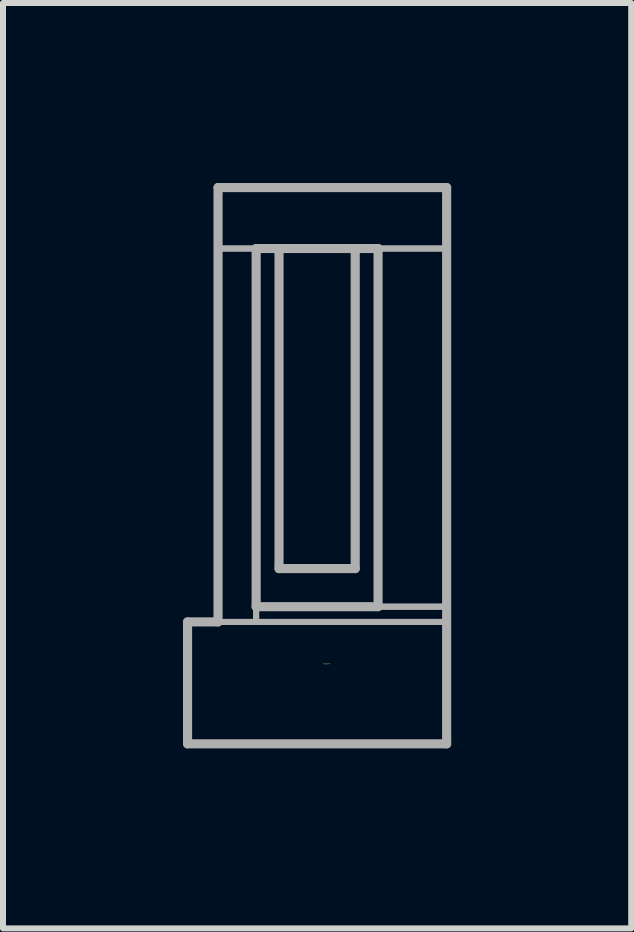
<source format=kicad_pcb>
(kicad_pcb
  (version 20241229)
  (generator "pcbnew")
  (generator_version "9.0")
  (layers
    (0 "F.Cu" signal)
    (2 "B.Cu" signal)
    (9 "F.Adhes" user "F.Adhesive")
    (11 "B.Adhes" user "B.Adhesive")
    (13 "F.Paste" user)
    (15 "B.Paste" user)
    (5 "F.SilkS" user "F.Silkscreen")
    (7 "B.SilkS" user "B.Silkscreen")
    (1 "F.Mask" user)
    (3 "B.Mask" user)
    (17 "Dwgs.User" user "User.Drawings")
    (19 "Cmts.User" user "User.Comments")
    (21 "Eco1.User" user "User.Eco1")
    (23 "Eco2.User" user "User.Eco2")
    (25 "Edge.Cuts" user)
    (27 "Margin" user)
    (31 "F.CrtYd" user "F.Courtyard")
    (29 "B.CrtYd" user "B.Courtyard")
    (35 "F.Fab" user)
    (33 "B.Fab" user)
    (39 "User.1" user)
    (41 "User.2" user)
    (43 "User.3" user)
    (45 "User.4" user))
  (footprint "footprint"
    (layer "F.Cu")
    (at 2.235 4.521)
    (property "Reference" "footprint" (at 0.1 3.5 0) (layer "F.SilkS") (effects (font (size 0.018 0.018) (thickness 0.002)) (justify left bottom)))
    (fp_line (start -2.159 2.794) (end -2.159 4.826) (stroke (width 0.152) (type solid)) (layer "F.Fab"))
    (fp_line (start -2.159 4.826) (end 2.159 4.826) (stroke (width 0.152) (type solid)) (layer "F.Fab"))
    (fp_line (start -1.651 -4.445) (end -1.651 2.794) (stroke (width 0.152) (type solid)) (layer "F.Fab"))
    (fp_line (start -1.651 2.794) (end -2.159 2.794) (stroke (width 0.152) (type solid)) (layer "F.Fab"))
    (fp_line (start -1.016 -3.429) (end -1.016 2.54) (stroke (width 0.152) (type solid)) (layer "F.Fab"))
    (fp_line (start -1.016 2.54) (end 1.016 2.54) (stroke (width 0.152) (type solid)) (layer "F.Fab"))
    (fp_line (start -0.635 -3.429) (end -1.016 -3.429) (stroke (width 0.152) (type solid)) (layer "F.Fab"))
    (fp_line (start -0.635 -3.429) (end -0.635 1.905) (stroke (width 0.152) (type solid)) (layer "F.Fab"))
    (fp_line (start -0.635 1.905) (end 0.635 1.905) (stroke (width 0.152) (type solid)) (layer "F.Fab"))
    (fp_line (start 0.635 -3.429) (end -0.635 -3.429) (stroke (width 0.152) (type solid)) (layer "F.Fab"))
    (fp_line (start 0.635 1.905) (end 0.635 -3.429) (stroke (width 0.152) (type solid)) (layer "F.Fab"))
    (fp_line (start 1.016 -3.429) (end 0.635 -3.429) (stroke (width 0.152) (type solid)) (layer "F.Fab"))
    (fp_line (start 1.016 2.54) (end 1.016 -3.429) (stroke (width 0.152) (type solid)) (layer "F.Fab"))
    (fp_line (start 2.159 -4.445) (end -1.651 -4.445) (stroke (width 0.152) (type solid)) (layer "F.Fab"))
    (fp_line (start 2.159 4.826) (end 2.159 -4.445) (stroke (width 0.152) (type solid)) (layer "F.Fab"))
    (fp_poly (pts (xy -2.159 4.826) (xy 2.159 4.826) (xy 2.159 2.794) (xy -2.159 2.794)) (stroke (width 0.1) (type solid)) (fill no) (layer "F.Fab"))
    (fp_poly (pts (xy -1.651 -3.429) (xy 2.159 -3.429) (xy 2.159 -4.445) (xy -1.651 -4.445)) (stroke (width 0.1) (type solid)) (fill no) (layer "F.Fab"))
    (fp_poly (pts (xy -1.651 2.794) (xy -1.016 2.794) (xy -1.016 -3.429) (xy -1.651 -3.429)) (stroke (width 0.1) (type solid)) (fill no) (layer "F.Fab"))
    (fp_poly (pts (xy -1.016 2.794) (xy 2.159 2.794) (xy 2.159 2.54) (xy -1.016 2.54)) (stroke (width 0.1) (type solid)) (fill no) (layer "F.Fab"))
    (fp_poly (pts (xy -0.635 1.905) (xy 0.635 1.905) (xy 0.635 -3.429) (xy -0.635 -3.429)) (stroke (width 0.1) (type solid)) (fill no) (layer "F.Fab"))
    (fp_poly (pts (xy 1.016 2.54) (xy 2.159 2.54) (xy 2.159 -3.429) (xy 1.016 -3.429)) (stroke (width 0.1) (type solid)) (fill no) (layer "F.Fab")))
  (gr_rect
    (start -3 -3)
    (end 7.47 12.423)
    (stroke (width 0.1) (type default))
    (fill no)
    (layer "Edge.Cuts")))
</source>
